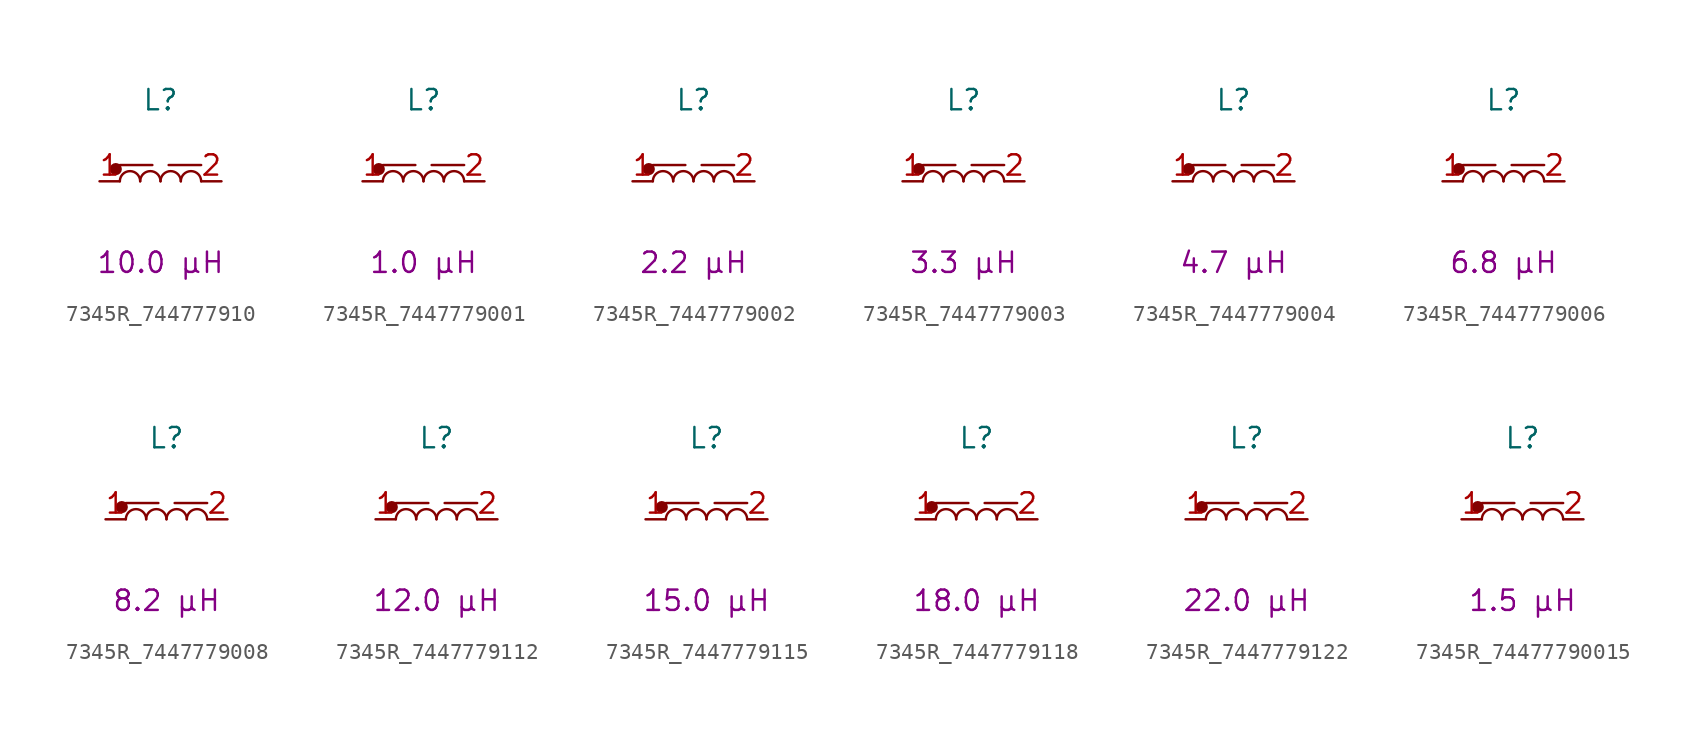
<source format=kicad_sym>
(kicad_symbol_lib
  (version 20220914)
  (generator kicad_symbol_editor)
  (symbol "7345R_744777910"
    (pin_names hide)
    (property "Reference" "L"
      (at 0 5.08 0)
      (effects (font (size 1.27 1.27))))
    (property "Critical Parameter" "10.0 µH"
      (at 0 -5.08 0)
      (effects (font (size 1.27 1.27))))
    (symbol "7345R_744777910_0_1"
      (arc (start -1.27 0) (mid -1.905 0.6323) (end -2.54 0) (stroke (width 0) (type default)) (fill (type none)))
      (arc (start 0 0) (mid -0.635 0.6323) (end -1.27 0) (stroke (width 0) (type default)) (fill (type none)))
      (polyline (pts (xy -2.54 1.016) (xy -0.508 1.016)) (stroke (width 0) (type default)) (fill (type none)))
      (arc (start 1.27 0) (mid 0.635 0.6323) (end 0 0) (stroke (width 0) (type default)) (fill (type none)))
      (arc (start 2.54 0) (mid 1.905 0.6323) (end 1.27 0) (stroke (width 0) (type default)) (fill (type none))))
    (symbol "7345R_744777910_1_1"
      (circle (center -2.794 0.762) (radius 0.0001) (stroke (width 0.381) (type default)) (fill (type none)))
      (polyline (pts (xy 2.54 1.016) (xy 0.508 1.016)) (stroke (width 0) (type default)) (fill (type none)))
      (pin passive line (at -3.81 0 0) (length 1.27) (name "1" (effects (font (size 1.27 1.27)))) (number "1" (effects (font (size 1.27 1.27)))))
      (pin passive line (at 3.81 0 180) (length 1.27) (name "2" (effects (font (size 1.27 1.27)))) (number "2" (effects (font (size 1.27 1.27)))))))
  (symbol "7345R_7447779001"
    (pin_names hide)
    (property "Reference" "L"
      (at 0 5.08 0)
      (effects (font (size 1.27 1.27))))
    (property "Critical Parameter" "1.0 µH"
      (at 0 -5.08 0)
      (effects (font (size 1.27 1.27))))
    (symbol "7345R_7447779001_0_1"
      (arc (start -1.27 0) (mid -1.905 0.6323) (end -2.54 0) (stroke (width 0) (type default)) (fill (type none)))
      (arc (start 0 0) (mid -0.635 0.6323) (end -1.27 0) (stroke (width 0) (type default)) (fill (type none)))
      (polyline (pts (xy -2.54 1.016) (xy -0.508 1.016)) (stroke (width 0) (type default)) (fill (type none)))
      (arc (start 1.27 0) (mid 0.635 0.6323) (end 0 0) (stroke (width 0) (type default)) (fill (type none)))
      (arc (start 2.54 0) (mid 1.905 0.6323) (end 1.27 0) (stroke (width 0) (type default)) (fill (type none))))
    (symbol "7345R_7447779001_1_1"
      (circle (center -2.794 0.762) (radius 0.0001) (stroke (width 0.381) (type default)) (fill (type none)))
      (polyline (pts (xy 2.54 1.016) (xy 0.508 1.016)) (stroke (width 0) (type default)) (fill (type none)))
      (pin passive line (at -3.81 0 0) (length 1.27) (name "1" (effects (font (size 1.27 1.27)))) (number "1" (effects (font (size 1.27 1.27)))))
      (pin passive line (at 3.81 0 180) (length 1.27) (name "2" (effects (font (size 1.27 1.27)))) (number "2" (effects (font (size 1.27 1.27)))))))
  (symbol "7345R_7447779002"
    (pin_names hide)
    (property "Reference" "L"
      (at 0 5.08 0)
      (effects (font (size 1.27 1.27))))
    (property "Critical Parameter" "2.2 µH"
      (at 0 -5.08 0)
      (effects (font (size 1.27 1.27))))
    (symbol "7345R_7447779002_0_1"
      (arc (start -1.27 0) (mid -1.905 0.6323) (end -2.54 0) (stroke (width 0) (type default)) (fill (type none)))
      (arc (start 0 0) (mid -0.635 0.6323) (end -1.27 0) (stroke (width 0) (type default)) (fill (type none)))
      (polyline (pts (xy -2.54 1.016) (xy -0.508 1.016)) (stroke (width 0) (type default)) (fill (type none)))
      (arc (start 1.27 0) (mid 0.635 0.6323) (end 0 0) (stroke (width 0) (type default)) (fill (type none)))
      (arc (start 2.54 0) (mid 1.905 0.6323) (end 1.27 0) (stroke (width 0) (type default)) (fill (type none))))
    (symbol "7345R_7447779002_1_1"
      (circle (center -2.794 0.762) (radius 0.0001) (stroke (width 0.381) (type default)) (fill (type none)))
      (polyline (pts (xy 2.54 1.016) (xy 0.508 1.016)) (stroke (width 0) (type default)) (fill (type none)))
      (pin passive line (at -3.81 0 0) (length 1.27) (name "1" (effects (font (size 1.27 1.27)))) (number "1" (effects (font (size 1.27 1.27)))))
      (pin passive line (at 3.81 0 180) (length 1.27) (name "2" (effects (font (size 1.27 1.27)))) (number "2" (effects (font (size 1.27 1.27)))))))
  (symbol "7345R_7447779003"
    (pin_names hide)
    (property "Reference" "L"
      (at 0 5.08 0)
      (effects (font (size 1.27 1.27))))
    (property "Critical Parameter" "3.3 µH"
      (at 0 -5.08 0)
      (effects (font (size 1.27 1.27))))
    (symbol "7345R_7447779003_0_1"
      (arc (start -1.27 0) (mid -1.905 0.6323) (end -2.54 0) (stroke (width 0) (type default)) (fill (type none)))
      (arc (start 0 0) (mid -0.635 0.6323) (end -1.27 0) (stroke (width 0) (type default)) (fill (type none)))
      (polyline (pts (xy -2.54 1.016) (xy -0.508 1.016)) (stroke (width 0) (type default)) (fill (type none)))
      (arc (start 1.27 0) (mid 0.635 0.6323) (end 0 0) (stroke (width 0) (type default)) (fill (type none)))
      (arc (start 2.54 0) (mid 1.905 0.6323) (end 1.27 0) (stroke (width 0) (type default)) (fill (type none))))
    (symbol "7345R_7447779003_1_1"
      (circle (center -2.794 0.762) (radius 0.0001) (stroke (width 0.381) (type default)) (fill (type none)))
      (polyline (pts (xy 2.54 1.016) (xy 0.508 1.016)) (stroke (width 0) (type default)) (fill (type none)))
      (pin passive line (at -3.81 0 0) (length 1.27) (name "1" (effects (font (size 1.27 1.27)))) (number "1" (effects (font (size 1.27 1.27)))))
      (pin passive line (at 3.81 0 180) (length 1.27) (name "2" (effects (font (size 1.27 1.27)))) (number "2" (effects (font (size 1.27 1.27)))))))
  (symbol "7345R_7447779004"
    (pin_names hide)
    (property "Reference" "L"
      (at 0 5.08 0)
      (effects (font (size 1.27 1.27))))
    (property "Critical Parameter" "4.7 µH"
      (at 0 -5.08 0)
      (effects (font (size 1.27 1.27))))
    (symbol "7345R_7447779004_0_1"
      (arc (start -1.27 0) (mid -1.905 0.6323) (end -2.54 0) (stroke (width 0) (type default)) (fill (type none)))
      (arc (start 0 0) (mid -0.635 0.6323) (end -1.27 0) (stroke (width 0) (type default)) (fill (type none)))
      (polyline (pts (xy -2.54 1.016) (xy -0.508 1.016)) (stroke (width 0) (type default)) (fill (type none)))
      (arc (start 1.27 0) (mid 0.635 0.6323) (end 0 0) (stroke (width 0) (type default)) (fill (type none)))
      (arc (start 2.54 0) (mid 1.905 0.6323) (end 1.27 0) (stroke (width 0) (type default)) (fill (type none))))
    (symbol "7345R_7447779004_1_1"
      (circle (center -2.794 0.762) (radius 0.0001) (stroke (width 0.381) (type default)) (fill (type none)))
      (polyline (pts (xy 2.54 1.016) (xy 0.508 1.016)) (stroke (width 0) (type default)) (fill (type none)))
      (pin passive line (at -3.81 0 0) (length 1.27) (name "1" (effects (font (size 1.27 1.27)))) (number "1" (effects (font (size 1.27 1.27)))))
      (pin passive line (at 3.81 0 180) (length 1.27) (name "2" (effects (font (size 1.27 1.27)))) (number "2" (effects (font (size 1.27 1.27)))))))
  (symbol "7345R_7447779006"
    (pin_names hide)
    (property "Reference" "L"
      (at 0 5.08 0)
      (effects (font (size 1.27 1.27))))
    (property "Critical Parameter" "6.8 µH"
      (at 0 -5.08 0)
      (effects (font (size 1.27 1.27))))
    (symbol "7345R_7447779006_0_1"
      (arc (start -1.27 0) (mid -1.905 0.6323) (end -2.54 0) (stroke (width 0) (type default)) (fill (type none)))
      (arc (start 0 0) (mid -0.635 0.6323) (end -1.27 0) (stroke (width 0) (type default)) (fill (type none)))
      (polyline (pts (xy -2.54 1.016) (xy -0.508 1.016)) (stroke (width 0) (type default)) (fill (type none)))
      (arc (start 1.27 0) (mid 0.635 0.6323) (end 0 0) (stroke (width 0) (type default)) (fill (type none)))
      (arc (start 2.54 0) (mid 1.905 0.6323) (end 1.27 0) (stroke (width 0) (type default)) (fill (type none))))
    (symbol "7345R_7447779006_1_1"
      (circle (center -2.794 0.762) (radius 0.0001) (stroke (width 0.381) (type default)) (fill (type none)))
      (polyline (pts (xy 2.54 1.016) (xy 0.508 1.016)) (stroke (width 0) (type default)) (fill (type none)))
      (pin passive line (at -3.81 0 0) (length 1.27) (name "1" (effects (font (size 1.27 1.27)))) (number "1" (effects (font (size 1.27 1.27)))))
      (pin passive line (at 3.81 0 180) (length 1.27) (name "2" (effects (font (size 1.27 1.27)))) (number "2" (effects (font (size 1.27 1.27)))))))
  (symbol "7345R_7447779008"
    (pin_names hide)
    (property "Reference" "L"
      (at 0 5.08 0)
      (effects (font (size 1.27 1.27))))
    (property "Critical Parameter" "8.2 µH"
      (at 0 -5.08 0)
      (effects (font (size 1.27 1.27))))
    (symbol "7345R_7447779008_0_1"
      (arc (start -1.27 0) (mid -1.905 0.6323) (end -2.54 0) (stroke (width 0) (type default)) (fill (type none)))
      (arc (start 0 0) (mid -0.635 0.6323) (end -1.27 0) (stroke (width 0) (type default)) (fill (type none)))
      (polyline (pts (xy -2.54 1.016) (xy -0.508 1.016)) (stroke (width 0) (type default)) (fill (type none)))
      (arc (start 1.27 0) (mid 0.635 0.6323) (end 0 0) (stroke (width 0) (type default)) (fill (type none)))
      (arc (start 2.54 0) (mid 1.905 0.6323) (end 1.27 0) (stroke (width 0) (type default)) (fill (type none))))
    (symbol "7345R_7447779008_1_1"
      (circle (center -2.794 0.762) (radius 0.0001) (stroke (width 0.381) (type default)) (fill (type none)))
      (polyline (pts (xy 2.54 1.016) (xy 0.508 1.016)) (stroke (width 0) (type default)) (fill (type none)))
      (pin passive line (at -3.81 0 0) (length 1.27) (name "1" (effects (font (size 1.27 1.27)))) (number "1" (effects (font (size 1.27 1.27)))))
      (pin passive line (at 3.81 0 180) (length 1.27) (name "2" (effects (font (size 1.27 1.27)))) (number "2" (effects (font (size 1.27 1.27)))))))
  (symbol "7345R_7447779112"
    (pin_names hide)
    (property "Reference" "L"
      (at 0 5.08 0)
      (effects (font (size 1.27 1.27))))
    (property "Critical Parameter" "12.0 µH"
      (at 0 -5.08 0)
      (effects (font (size 1.27 1.27))))
    (symbol "7345R_7447779112_0_1"
      (arc (start -1.27 0) (mid -1.905 0.6323) (end -2.54 0) (stroke (width 0) (type default)) (fill (type none)))
      (arc (start 0 0) (mid -0.635 0.6323) (end -1.27 0) (stroke (width 0) (type default)) (fill (type none)))
      (polyline (pts (xy -2.54 1.016) (xy -0.508 1.016)) (stroke (width 0) (type default)) (fill (type none)))
      (arc (start 1.27 0) (mid 0.635 0.6323) (end 0 0) (stroke (width 0) (type default)) (fill (type none)))
      (arc (start 2.54 0) (mid 1.905 0.6323) (end 1.27 0) (stroke (width 0) (type default)) (fill (type none))))
    (symbol "7345R_7447779112_1_1"
      (circle (center -2.794 0.762) (radius 0.0001) (stroke (width 0.381) (type default)) (fill (type none)))
      (polyline (pts (xy 2.54 1.016) (xy 0.508 1.016)) (stroke (width 0) (type default)) (fill (type none)))
      (pin passive line (at -3.81 0 0) (length 1.27) (name "1" (effects (font (size 1.27 1.27)))) (number "1" (effects (font (size 1.27 1.27)))))
      (pin passive line (at 3.81 0 180) (length 1.27) (name "2" (effects (font (size 1.27 1.27)))) (number "2" (effects (font (size 1.27 1.27)))))))
  (symbol "7345R_7447779115"
    (pin_names hide)
    (property "Reference" "L"
      (at 0 5.08 0)
      (effects (font (size 1.27 1.27))))
    (property "Critical Parameter" "15.0 µH"
      (at 0 -5.08 0)
      (effects (font (size 1.27 1.27))))
    (symbol "7345R_7447779115_0_1"
      (arc (start -1.27 0) (mid -1.905 0.6323) (end -2.54 0) (stroke (width 0) (type default)) (fill (type none)))
      (arc (start 0 0) (mid -0.635 0.6323) (end -1.27 0) (stroke (width 0) (type default)) (fill (type none)))
      (polyline (pts (xy -2.54 1.016) (xy -0.508 1.016)) (stroke (width 0) (type default)) (fill (type none)))
      (arc (start 1.27 0) (mid 0.635 0.6323) (end 0 0) (stroke (width 0) (type default)) (fill (type none)))
      (arc (start 2.54 0) (mid 1.905 0.6323) (end 1.27 0) (stroke (width 0) (type default)) (fill (type none))))
    (symbol "7345R_7447779115_1_1"
      (circle (center -2.794 0.762) (radius 0.0001) (stroke (width 0.381) (type default)) (fill (type none)))
      (polyline (pts (xy 2.54 1.016) (xy 0.508 1.016)) (stroke (width 0) (type default)) (fill (type none)))
      (pin passive line (at -3.81 0 0) (length 1.27) (name "1" (effects (font (size 1.27 1.27)))) (number "1" (effects (font (size 1.27 1.27)))))
      (pin passive line (at 3.81 0 180) (length 1.27) (name "2" (effects (font (size 1.27 1.27)))) (number "2" (effects (font (size 1.27 1.27)))))))
  (symbol "7345R_7447779118"
    (pin_names hide)
    (property "Reference" "L"
      (at 0 5.08 0)
      (effects (font (size 1.27 1.27))))
    (property "Critical Parameter" "18.0 µH"
      (at 0 -5.08 0)
      (effects (font (size 1.27 1.27))))
    (symbol "7345R_7447779118_0_1"
      (arc (start -1.27 0) (mid -1.905 0.6323) (end -2.54 0) (stroke (width 0) (type default)) (fill (type none)))
      (arc (start 0 0) (mid -0.635 0.6323) (end -1.27 0) (stroke (width 0) (type default)) (fill (type none)))
      (polyline (pts (xy -2.54 1.016) (xy -0.508 1.016)) (stroke (width 0) (type default)) (fill (type none)))
      (arc (start 1.27 0) (mid 0.635 0.6323) (end 0 0) (stroke (width 0) (type default)) (fill (type none)))
      (arc (start 2.54 0) (mid 1.905 0.6323) (end 1.27 0) (stroke (width 0) (type default)) (fill (type none))))
    (symbol "7345R_7447779118_1_1"
      (circle (center -2.794 0.762) (radius 0.0001) (stroke (width 0.381) (type default)) (fill (type none)))
      (polyline (pts (xy 2.54 1.016) (xy 0.508 1.016)) (stroke (width 0) (type default)) (fill (type none)))
      (pin passive line (at -3.81 0 0) (length 1.27) (name "1" (effects (font (size 1.27 1.27)))) (number "1" (effects (font (size 1.27 1.27)))))
      (pin passive line (at 3.81 0 180) (length 1.27) (name "2" (effects (font (size 1.27 1.27)))) (number "2" (effects (font (size 1.27 1.27)))))))
  (symbol "7345R_7447779122"
    (pin_names hide)
    (property "Reference" "L"
      (at 0 5.08 0)
      (effects (font (size 1.27 1.27))))
    (property "Critical Parameter" "22.0 µH"
      (at 0 -5.08 0)
      (effects (font (size 1.27 1.27))))
    (symbol "7345R_7447779122_0_1"
      (arc (start -1.27 0) (mid -1.905 0.6323) (end -2.54 0) (stroke (width 0) (type default)) (fill (type none)))
      (arc (start 0 0) (mid -0.635 0.6323) (end -1.27 0) (stroke (width 0) (type default)) (fill (type none)))
      (polyline (pts (xy -2.54 1.016) (xy -0.508 1.016)) (stroke (width 0) (type default)) (fill (type none)))
      (arc (start 1.27 0) (mid 0.635 0.6323) (end 0 0) (stroke (width 0) (type default)) (fill (type none)))
      (arc (start 2.54 0) (mid 1.905 0.6323) (end 1.27 0) (stroke (width 0) (type default)) (fill (type none))))
    (symbol "7345R_7447779122_1_1"
      (circle (center -2.794 0.762) (radius 0.0001) (stroke (width 0.381) (type default)) (fill (type none)))
      (polyline (pts (xy 2.54 1.016) (xy 0.508 1.016)) (stroke (width 0) (type default)) (fill (type none)))
      (pin passive line (at -3.81 0 0) (length 1.27) (name "1" (effects (font (size 1.27 1.27)))) (number "1" (effects (font (size 1.27 1.27)))))
      (pin passive line (at 3.81 0 180) (length 1.27) (name "2" (effects (font (size 1.27 1.27)))) (number "2" (effects (font (size 1.27 1.27)))))))
  (symbol "7345R_74477790015"
    (pin_names hide)
    (property "Reference" "L"
      (at 0 5.08 0)
      (effects (font (size 1.27 1.27))))
    (property "Critical Parameter" "1.5 µH"
      (at 0 -5.08 0)
      (effects (font (size 1.27 1.27))))
    (symbol "7345R_74477790015_0_1"
      (arc (start -1.27 0) (mid -1.905 0.6323) (end -2.54 0) (stroke (width 0) (type default)) (fill (type none)))
      (arc (start 0 0) (mid -0.635 0.6323) (end -1.27 0) (stroke (width 0) (type default)) (fill (type none)))
      (polyline (pts (xy -2.54 1.016) (xy -0.508 1.016)) (stroke (width 0) (type default)) (fill (type none)))
      (arc (start 1.27 0) (mid 0.635 0.6323) (end 0 0) (stroke (width 0) (type default)) (fill (type none)))
      (arc (start 2.54 0) (mid 1.905 0.6323) (end 1.27 0) (stroke (width 0) (type default)) (fill (type none))))
    (symbol "7345R_74477790015_1_1"
      (circle (center -2.794 0.762) (radius 0.0001) (stroke (width 0.381) (type default)) (fill (type none)))
      (polyline (pts (xy 2.54 1.016) (xy 0.508 1.016)) (stroke (width 0) (type default)) (fill (type none)))
      (pin passive line (at -3.81 0 0) (length 1.27) (name "1" (effects (font (size 1.27 1.27)))) (number "1" (effects (font (size 1.27 1.27)))))
      (pin passive line (at 3.81 0 180) (length 1.27) (name "2" (effects (font (size 1.27 1.27)))) (number "2" (effects (font (size 1.27 1.27))))))))
</source>
